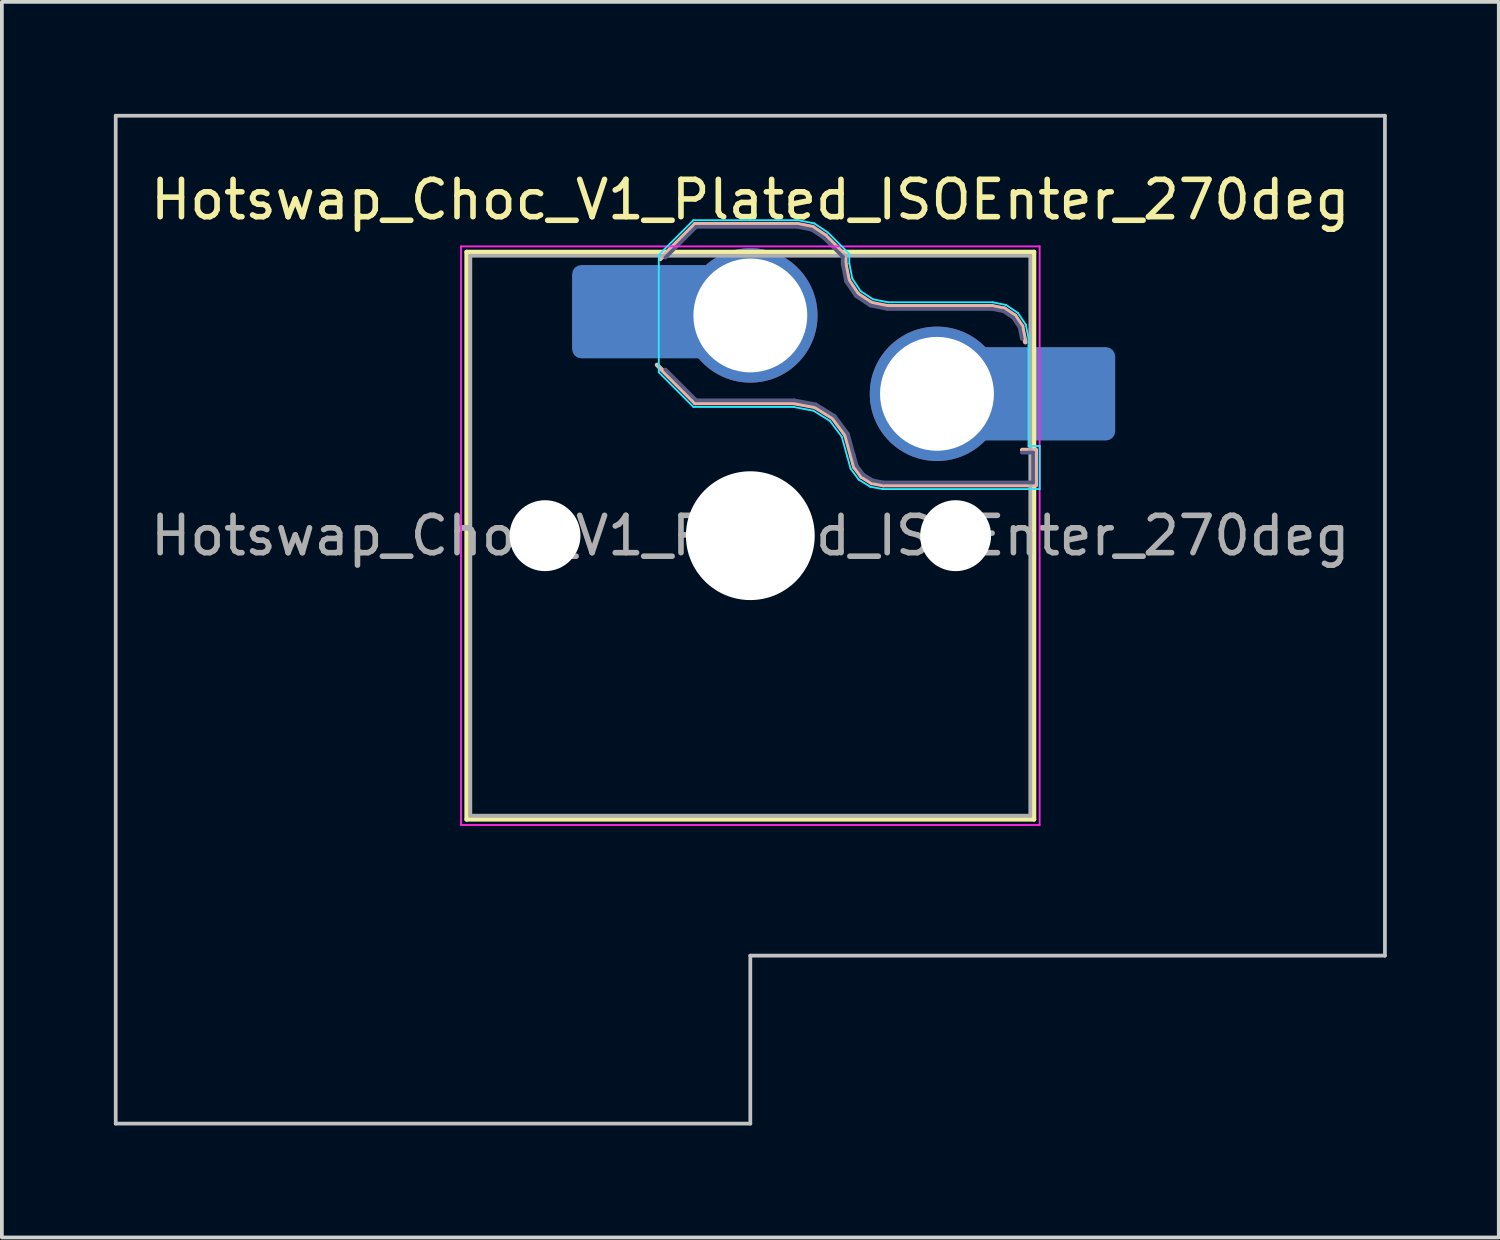
<source format=kicad_pcb>
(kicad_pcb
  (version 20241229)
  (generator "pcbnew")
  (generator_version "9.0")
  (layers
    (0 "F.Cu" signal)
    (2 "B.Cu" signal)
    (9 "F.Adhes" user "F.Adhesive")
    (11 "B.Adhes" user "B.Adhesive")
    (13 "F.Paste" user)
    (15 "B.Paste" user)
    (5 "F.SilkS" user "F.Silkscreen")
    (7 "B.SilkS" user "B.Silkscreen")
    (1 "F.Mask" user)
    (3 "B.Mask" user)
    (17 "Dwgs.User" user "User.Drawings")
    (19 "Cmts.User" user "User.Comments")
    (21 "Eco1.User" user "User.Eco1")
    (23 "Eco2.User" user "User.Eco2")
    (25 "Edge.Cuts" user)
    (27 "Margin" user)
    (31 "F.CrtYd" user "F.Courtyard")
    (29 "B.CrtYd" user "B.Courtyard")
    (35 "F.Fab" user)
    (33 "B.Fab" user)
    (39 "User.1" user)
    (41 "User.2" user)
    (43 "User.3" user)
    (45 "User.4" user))
  (footprint "Hotswap_Choc_V1_Plated_ISOEnter_270deg"
    (layer "F.Cu")
    (at 17.05 11.3)
    (property "Reference" "Hotswap_Choc_V1_Plated_ISOEnter_270deg" (at 0 -9 0) (layer "F.SilkS") (effects (font (size 1 1) (thickness 0.15))))
    (attr smd)
    (fp_line (start -7.6 -7.6) (end -7.6 7.6) (stroke (width 0.12) (type solid)) (layer "F.SilkS"))
    (fp_line (start -7.6 7.6) (end 7.6 7.6) (stroke (width 0.12) (type solid)) (layer "F.SilkS"))
    (fp_line (start 7.6 -7.6) (end -7.6 -7.6) (stroke (width 0.12) (type solid)) (layer "F.SilkS"))
    (fp_line (start 7.6 7.6) (end 7.6 -7.6) (stroke (width 0.12) (type solid)) (layer "F.SilkS"))
    (fp_line (start -2.416 -7.409) (end -1.479 -8.346) (stroke (width 0.12) (type solid)) (layer "B.SilkS"))
    (fp_line (start -1.479 -8.346) (end 1.268 -8.346) (stroke (width 0.12) (type solid)) (layer "B.SilkS"))
    (fp_line (start -1.479 -3.554) (end -2.5 -4.575) (stroke (width 0.12) (type solid)) (layer "B.SilkS"))
    (fp_line (start 1.168 -3.554) (end -1.479 -3.554) (stroke (width 0.12) (type solid)) (layer "B.SilkS"))
    (fp_line (start 1.268 -8.346) (end 1.671 -8.266) (stroke (width 0.12) (type solid)) (layer "B.SilkS"))
    (fp_line (start 1.671 -8.266) (end 2.013 -8.037) (stroke (width 0.12) (type solid)) (layer "B.SilkS"))
    (fp_line (start 1.73 -3.449) (end 1.168 -3.554) (stroke (width 0.12) (type solid)) (layer "B.SilkS"))
    (fp_line (start 2.013 -8.037) (end 2.546 -7.504) (stroke (width 0.12) (type solid)) (layer "B.SilkS"))
    (fp_line (start 2.209 -3.15) (end 1.73 -3.449) (stroke (width 0.12) (type solid)) (layer "B.SilkS"))
    (fp_line (start 2.546 -7.504) (end 2.546 -7.282) (stroke (width 0.12) (type solid)) (layer "B.SilkS"))
    (fp_line (start 2.546 -7.282) (end 2.633 -6.844) (stroke (width 0.12) (type solid)) (layer "B.SilkS"))
    (fp_line (start 2.547 -2.697) (end 2.209 -3.15) (stroke (width 0.12) (type solid)) (layer "B.SilkS"))
    (fp_line (start 2.633 -6.844) (end 2.877 -6.477) (stroke (width 0.12) (type solid)) (layer "B.SilkS"))
    (fp_line (start 2.701 -2.139) (end 2.547 -2.697) (stroke (width 0.12) (type solid)) (layer "B.SilkS"))
    (fp_line (start 2.783 -1.841) (end 2.701 -2.139) (stroke (width 0.12) (type solid)) (layer "B.SilkS"))
    (fp_line (start 2.877 -6.477) (end 3.244 -6.233) (stroke (width 0.12) (type solid)) (layer "B.SilkS"))
    (fp_line (start 2.976 -1.583) (end 2.783 -1.841) (stroke (width 0.12) (type solid)) (layer "B.SilkS"))
    (fp_line (start 3.244 -6.233) (end 3.682 -6.146) (stroke (width 0.12) (type solid)) (layer "B.SilkS"))
    (fp_line (start 3.25 -1.413) (end 2.976 -1.583) (stroke (width 0.12) (type solid)) (layer "B.SilkS"))
    (fp_line (start 3.56 -1.354) (end 3.25 -1.413) (stroke (width 0.12) (type solid)) (layer "B.SilkS"))
    (fp_line (start 3.682 -6.146) (end 6.482 -6.146) (stroke (width 0.12) (type solid)) (layer "B.SilkS"))
    (fp_line (start 6.482 -6.146) (end 6.809 -6.081) (stroke (width 0.12) (type solid)) (layer "B.SilkS"))
    (fp_line (start 6.809 -6.081) (end 7.092 -5.892) (stroke (width 0.12) (type solid)) (layer "B.SilkS"))
    (fp_line (start 7.092 -5.892) (end 7.281 -5.609) (stroke (width 0.12) (type solid)) (layer "B.SilkS"))
    (fp_line (start 7.281 -5.609) (end 7.366 -5.182) (stroke (width 0.12) (type solid)) (layer "B.SilkS"))
    (fp_line (start 7.283 -2.296) (end 7.646 -2.296) (stroke (width 0.12) (type solid)) (layer "B.SilkS"))
    (fp_line (start 7.646 -2.296) (end 7.646 -1.354) (stroke (width 0.12) (type solid)) (layer "B.SilkS"))
    (fp_line (start 7.646 -1.354) (end 3.56 -1.354) (stroke (width 0.12) (type solid)) (layer "B.SilkS"))
    (fp_line (start -17 -11.25) (end -17 15.75) (stroke (width 0.1) (type solid)) (layer "Dwgs.User"))
    (fp_line (start -17 15.75) (end 0 15.75) (stroke (width 0.1) (type solid)) (layer "Dwgs.User"))
    (fp_line (start 0 11.25) (end 17 11.25) (stroke (width 0.1) (type solid)) (layer "Dwgs.User"))
    (fp_line (start 0 15.75) (end 0 11.25) (stroke (width 0.1) (type solid)) (layer "Dwgs.User"))
    (fp_line (start 17 -11.25) (end -17 -11.25) (stroke (width 0.1) (type solid)) (layer "Dwgs.User"))
    (fp_line (start 17 11.25) (end 17 -11.25) (stroke (width 0.1) (type solid)) (layer "Dwgs.User"))
    (fp_line (start -7.25 -7.25) (end -7.25 7.25) (stroke (width 0.1) (type solid)) (layer "Eco1.User"))
    (fp_line (start -7.25 7.25) (end 7.25 7.25) (stroke (width 0.1) (type solid)) (layer "Eco1.User"))
    (fp_line (start 7.25 -7.25) (end -7.25 -7.25) (stroke (width 0.1) (type solid)) (layer "Eco1.User"))
    (fp_line (start 7.25 7.25) (end 7.25 -7.25) (stroke (width 0.1) (type solid)) (layer "Eco1.User"))
    (fp_line (start -2.452 -7.523) (end -1.523 -8.452) (stroke (width 0.05) (type solid)) (layer "B.CrtYd"))
    (fp_line (start -2.452 -4.377) (end -2.452 -7.523) (stroke (width 0.05) (type solid)) (layer "B.CrtYd"))
    (fp_line (start -1.523 -8.452) (end 1.278 -8.452) (stroke (width 0.05) (type solid)) (layer "B.CrtYd"))
    (fp_line (start -1.523 -3.448) (end -2.452 -4.377) (stroke (width 0.05) (type solid)) (layer "B.CrtYd"))
    (fp_line (start 1.159 -3.448) (end -1.523 -3.448) (stroke (width 0.05) (type solid)) (layer "B.CrtYd"))
    (fp_line (start 1.278 -8.452) (end 1.712 -8.366) (stroke (width 0.05) (type solid)) (layer "B.CrtYd"))
    (fp_line (start 1.691 -3.348) (end 1.159 -3.448) (stroke (width 0.05) (type solid)) (layer "B.CrtYd"))
    (fp_line (start 1.712 -8.366) (end 2.081 -8.119) (stroke (width 0.05) (type solid)) (layer "B.CrtYd"))
    (fp_line (start 2.081 -8.119) (end 2.652 -7.548) (stroke (width 0.05) (type solid)) (layer "B.CrtYd"))
    (fp_line (start 2.136 -3.071) (end 1.691 -3.348) (stroke (width 0.05) (type solid)) (layer "B.CrtYd"))
    (fp_line (start 2.45 -2.65) (end 2.136 -3.071) (stroke (width 0.05) (type solid)) (layer "B.CrtYd"))
    (fp_line (start 2.599 -2.111) (end 2.45 -2.65) (stroke (width 0.05) (type solid)) (layer "B.CrtYd"))
    (fp_line (start 2.652 -7.548) (end 2.652 -7.292) (stroke (width 0.05) (type solid)) (layer "B.CrtYd"))
    (fp_line (start 2.652 -7.292) (end 2.733 -6.885) (stroke (width 0.05) (type solid)) (layer "B.CrtYd"))
    (fp_line (start 2.687 -1.794) (end 2.599 -2.111) (stroke (width 0.05) (type solid)) (layer "B.CrtYd"))
    (fp_line (start 2.733 -6.885) (end 2.953 -6.553) (stroke (width 0.05) (type solid)) (layer "B.CrtYd"))
    (fp_line (start 2.903 -1.503) (end 2.687 -1.794) (stroke (width 0.05) (type solid)) (layer "B.CrtYd"))
    (fp_line (start 2.953 -6.553) (end 3.285 -6.333) (stroke (width 0.05) (type solid)) (layer "B.CrtYd"))
    (fp_line (start 3.211 -1.312) (end 2.903 -1.503) (stroke (width 0.05) (type solid)) (layer "B.CrtYd"))
    (fp_line (start 3.285 -6.333) (end 3.692 -6.252) (stroke (width 0.05) (type solid)) (layer "B.CrtYd"))
    (fp_line (start 3.55 -1.248) (end 3.211 -1.312) (stroke (width 0.05) (type solid)) (layer "B.CrtYd"))
    (fp_line (start 3.692 -6.252) (end 6.492 -6.252) (stroke (width 0.05) (type solid)) (layer "B.CrtYd"))
    (fp_line (start 6.492 -6.252) (end 6.85 -6.181) (stroke (width 0.05) (type solid)) (layer "B.CrtYd"))
    (fp_line (start 6.85 -6.181) (end 7.168 -5.968) (stroke (width 0.05) (type solid)) (layer "B.CrtYd"))
    (fp_line (start 7.168 -5.968) (end 7.381 -5.65) (stroke (width 0.05) (type solid)) (layer "B.CrtYd"))
    (fp_line (start 7.381 -5.65) (end 7.452 -5.292) (stroke (width 0.05) (type solid)) (layer "B.CrtYd"))
    (fp_line (start 7.452 -5.292) (end 7.452 -2.402) (stroke (width 0.05) (type solid)) (layer "B.CrtYd"))
    (fp_line (start 7.452 -2.402) (end 7.752 -2.402) (stroke (width 0.05) (type solid)) (layer "B.CrtYd"))
    (fp_line (start 7.752 -2.402) (end 7.752 -1.248) (stroke (width 0.05) (type solid)) (layer "B.CrtYd"))
    (fp_line (start 7.752 -1.248) (end 3.55 -1.248) (stroke (width 0.05) (type solid)) (layer "B.CrtYd"))
    (fp_line (start -7.75 -7.75) (end -7.75 7.75) (stroke (width 0.05) (type solid)) (layer "F.CrtYd"))
    (fp_line (start -7.75 7.75) (end 7.75 7.75) (stroke (width 0.05) (type solid)) (layer "F.CrtYd"))
    (fp_line (start 7.75 -7.75) (end -7.75 -7.75) (stroke (width 0.05) (type solid)) (layer "F.CrtYd"))
    (fp_line (start 7.75 7.75) (end 7.75 -7.75) (stroke (width 0.05) (type solid)) (layer "F.CrtYd"))
    (fp_line (start -2.275 -7.45) (end -1.45 -8.275) (stroke (width 0.1) (type solid)) (layer "B.Fab"))
    (fp_line (start -1.45 -8.275) (end 1.261 -8.275) (stroke (width 0.1) (type solid)) (layer "B.Fab"))
    (fp_line (start -1.45 -3.625) (end -2.275 -4.45) (stroke (width 0.1) (type solid)) (layer "B.Fab"))
    (fp_line (start 1.175 -3.625) (end -1.45 -3.625) (stroke (width 0.1) (type solid)) (layer "B.Fab"))
    (fp_line (start 1.261 -8.275) (end 1.643 -8.199) (stroke (width 0.1) (type solid)) (layer "B.Fab"))
    (fp_line (start 1.643 -8.199) (end 1.968 -7.982) (stroke (width 0.1) (type solid)) (layer "B.Fab"))
    (fp_line (start 1.756 -3.516) (end 1.175 -3.625) (stroke (width 0.1) (type solid)) (layer "B.Fab"))
    (fp_line (start 1.968 -7.982) (end 2.475 -7.475) (stroke (width 0.1) (type solid)) (layer "B.Fab"))
    (fp_line (start 2.258 -3.203) (end 1.756 -3.516) (stroke (width 0.1) (type solid)) (layer "B.Fab"))
    (fp_line (start 2.475 -7.475) (end 2.475 -7.275) (stroke (width 0.1) (type solid)) (layer "B.Fab"))
    (fp_line (start 2.475 -7.275) (end 2.566 -6.816) (stroke (width 0.1) (type solid)) (layer "B.Fab"))
    (fp_line (start 2.566 -6.816) (end 2.826 -6.426) (stroke (width 0.1) (type solid)) (layer "B.Fab"))
    (fp_line (start 2.612 -2.729) (end 2.258 -3.203) (stroke (width 0.1) (type solid)) (layer "B.Fab"))
    (fp_line (start 2.769 -2.158) (end 2.612 -2.729) (stroke (width 0.1) (type solid)) (layer "B.Fab"))
    (fp_line (start 2.826 -6.426) (end 3.216 -6.166) (stroke (width 0.1) (type solid)) (layer "B.Fab"))
    (fp_line (start 2.848 -1.873) (end 2.769 -2.158) (stroke (width 0.1) (type solid)) (layer "B.Fab"))
    (fp_line (start 3.025 -1.636) (end 2.848 -1.873) (stroke (width 0.1) (type solid)) (layer "B.Fab"))
    (fp_line (start 3.216 -6.166) (end 3.675 -6.075) (stroke (width 0.1) (type solid)) (layer "B.Fab"))
    (fp_line (start 3.276 -1.48) (end 3.025 -1.636) (stroke (width 0.1) (type solid)) (layer "B.Fab"))
    (fp_line (start 3.567 -1.425) (end 3.276 -1.48) (stroke (width 0.1) (type solid)) (layer "B.Fab"))
    (fp_line (start 3.675 -6.075) (end 6.475 -6.075) (stroke (width 0.1) (type solid)) (layer "B.Fab"))
    (fp_line (start 6.475 -6.075) (end 6.781 -6.014) (stroke (width 0.1) (type solid)) (layer "B.Fab"))
    (fp_line (start 6.781 -6.014) (end 7.041 -5.841) (stroke (width 0.1) (type solid)) (layer "B.Fab"))
    (fp_line (start 7.041 -5.841) (end 7.214 -5.581) (stroke (width 0.1) (type solid)) (layer "B.Fab"))
    (fp_line (start 7.214 -5.581) (end 7.275 -5.275) (stroke (width 0.1) (type solid)) (layer "B.Fab"))
    (fp_line (start 7.275 -2.225) (end 7.575 -2.225) (stroke (width 0.1) (type solid)) (layer "B.Fab"))
    (fp_line (start 7.575 -2.225) (end 7.575 -1.425) (stroke (width 0.1) (type solid)) (layer "B.Fab"))
    (fp_line (start 7.575 -1.425) (end 3.567 -1.425) (stroke (width 0.1) (type solid)) (layer "B.Fab"))
    (fp_line (start -7.5 -7.5) (end -7.5 7.5) (stroke (width 0.1) (type solid)) (layer "F.Fab"))
    (fp_line (start -7.5 7.5) (end 7.5 7.5) (stroke (width 0.1) (type solid)) (layer "F.Fab"))
    (fp_line (start 7.5 -7.5) (end -7.5 -7.5) (stroke (width 0.1) (type solid)) (layer "F.Fab"))
    (fp_line (start 7.5 7.5) (end 7.5 -7.5) (stroke (width 0.1) (type solid)) (layer "F.Fab"))
    (fp_text user "${REFERENCE}" (at 0 0 0) (layer "F.Fab") (effects (font (size 1 1) (thickness 0.15))))
    (pad "" np_thru_hole circle (at -5.5 0) (size 1.9 1.9) (drill 1.9) (layers "*.Cu" "*.Mask"))
    (pad "" smd roundrect (at -3.5 -6) (size 2.55 2.5) (layers "B.Mask" "B.Paste") (roundrect_rratio 0.1))
    (pad "" np_thru_hole circle (at 0 0) (size 3.45 3.45) (drill 3.45) (layers "*.Cu" "*.Mask"))
    (pad "" np_thru_hole circle (at 5.5 0) (size 1.9 1.9) (drill 1.9) (layers "*.Cu" "*.Mask"))
    (pad "" smd roundrect (at 8.5 -3.8) (size 2.55 2.5) (layers "B.Mask" "B.Paste") (roundrect_rratio 0.1))
    (pad "1" smd roundrect (at -2.85 -6) (size 3.85 2.5) (layers "B.Cu") (roundrect_rratio 0.1))
    (pad "1" thru_hole circle (at 0 -5.9) (size 3.6 3.6) (drill 3.05) (layers "*.Cu" "*.Mask"))
    (pad "2" thru_hole circle (at 5 -3.8) (size 3.6 3.6) (drill 3.05) (layers "*.Cu" "*.Mask"))
    (pad "2" smd roundrect (at 7.85 -3.8) (size 3.85 2.5) (layers "B.Cu") (roundrect_rratio 0.1)))
  (gr_rect
    (start -3 -3)
    (end 37.1 30.1)
    (stroke (width 0.1) (type default))
    (fill no)
    (layer "Edge.Cuts")))
</source>
